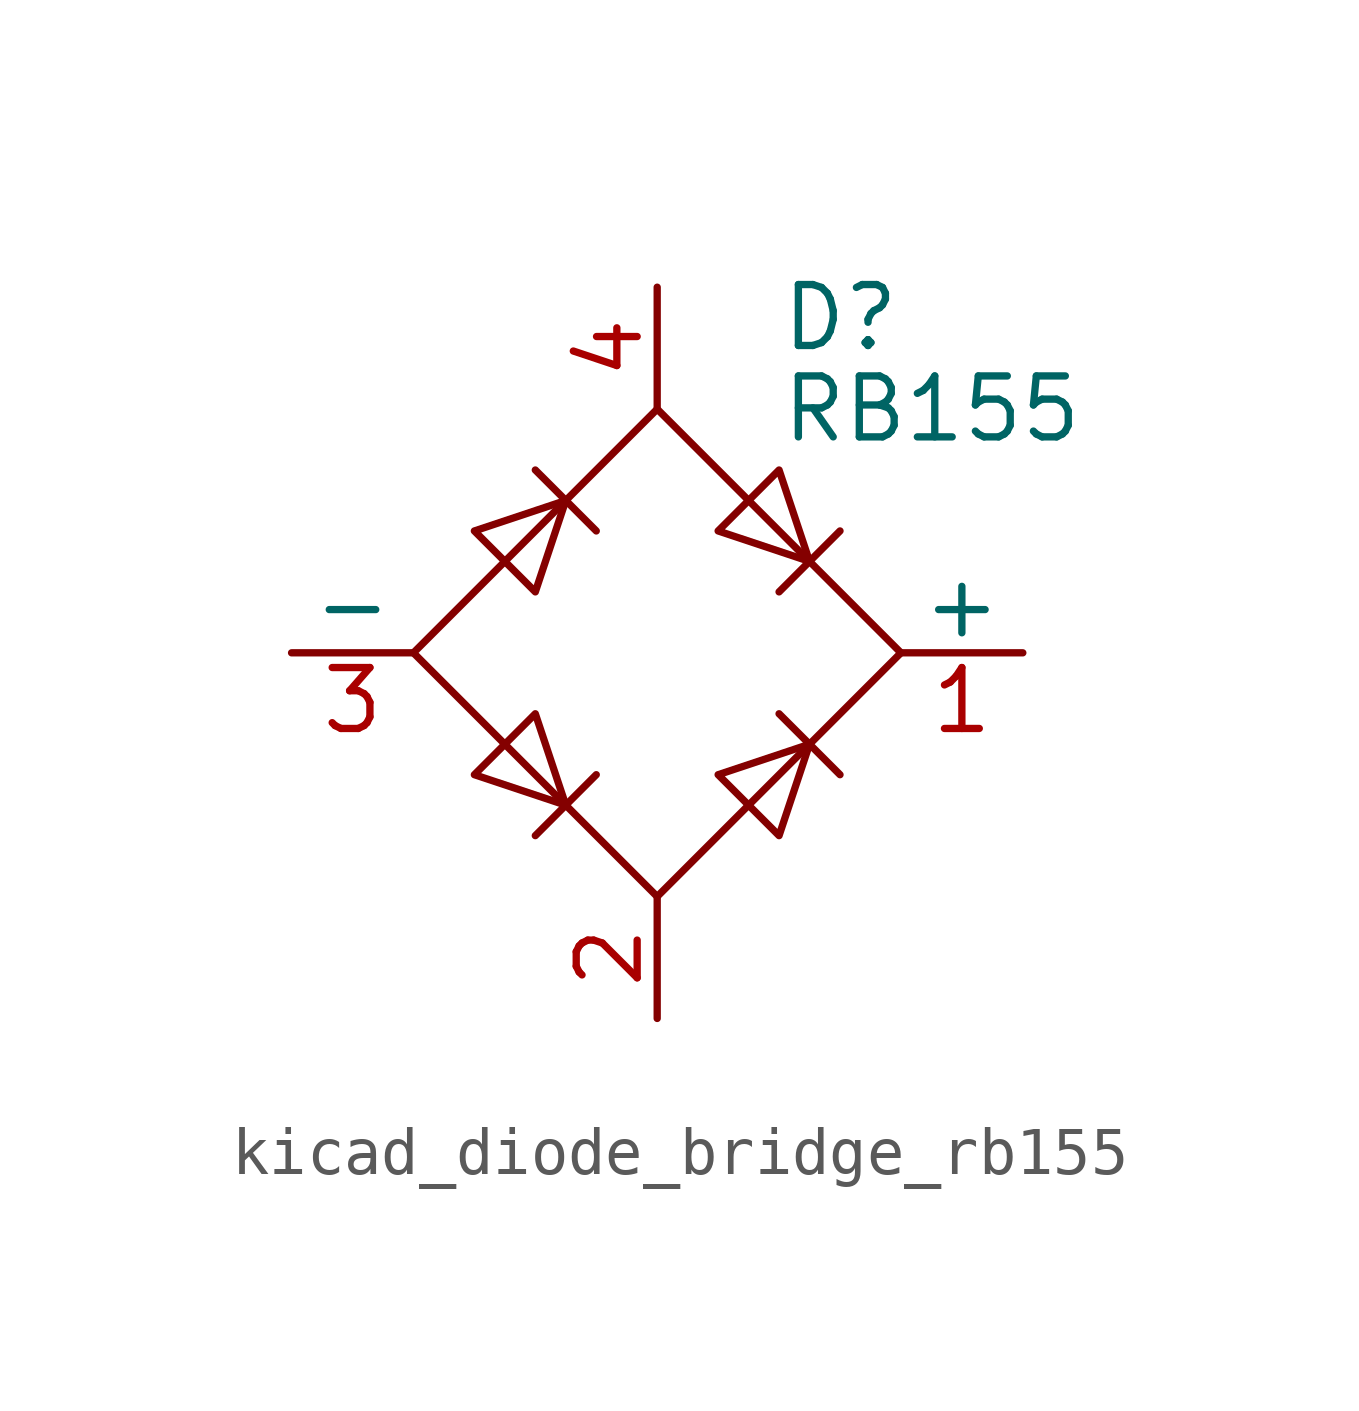
<source format=kicad_sym>
(kicad_symbol_lib
  (version 20220914)
  (generator kicad_symbol_editor)
  (symbol "kicad_diode_bridge_rb155"
    (pin_names
      (offset 0))
    (property "Reference" "D"
      (at 2.54 6.985 0)
      (effects (font (size 1.27 1.27)) (justify left)))
    (property "Value" "RB155"
      (at 2.54 5.08 0)
      (effects (font (size 1.27 1.27)) (justify left)))
    (symbol "kicad_diode_bridge_rb155_0_1"
      (polyline (pts (xy -2.54 3.81) (xy -1.27 2.54)) (stroke (width 0) (type default)) (fill (type none)))
      (polyline (pts (xy -1.27 -2.54) (xy -2.54 -3.81)) (stroke (width 0) (type default)) (fill (type none)))
      (polyline (pts (xy 2.54 -1.27) (xy 3.81 -2.54)) (stroke (width 0) (type default)) (fill (type none)))
      (polyline (pts (xy 2.54 1.27) (xy 3.81 2.54)) (stroke (width 0) (type default)) (fill (type none)))
      (polyline (pts (xy -3.81 2.54) (xy -2.54 1.27) (xy -1.905 3.175) (xy -3.81 2.54)) (stroke (width 0) (type default)) (fill (type none)))
      (polyline (pts (xy -2.54 -1.27) (xy -3.81 -2.54) (xy -1.905 -3.175) (xy -2.54 -1.27)) (stroke (width 0) (type default)) (fill (type none)))
      (polyline (pts (xy 1.27 2.54) (xy 2.54 3.81) (xy 3.175 1.905) (xy 1.27 2.54)) (stroke (width 0) (type default)) (fill (type none)))
      (polyline (pts (xy 3.175 -1.905) (xy 1.27 -2.54) (xy 2.54 -3.81) (xy 3.175 -1.905)) (stroke (width 0) (type default)) (fill (type none)))
      (polyline (pts (xy -5.08 0) (xy 0 -5.08) (xy 5.08 0) (xy 0 5.08) (xy -5.08 0)) (stroke (width 0) (type default)) (fill (type none))))
    (symbol "kicad_diode_bridge_rb155_1_1"
      (pin passive line (at 7.62 0 180) (length 2.54) (name "+" (effects (font (size 1.27 1.27)))) (number "1" (effects (font (size 1.27 1.27)))))
      (pin passive line (at 0 -7.62 90) (length 2.54) (name "~" (effects (font (size 1.27 1.27)))) (number "2" (effects (font (size 1.27 1.27)))))
      (pin passive line (at -7.62 0 0) (length 2.54) (name "-" (effects (font (size 1.27 1.27)))) (number "3" (effects (font (size 1.27 1.27)))))
      (pin passive line (at 0 7.62 270) (length 2.54) (name "~" (effects (font (size 1.27 1.27)))) (number "4" (effects (font (size 1.27 1.27))))))))
</source>
